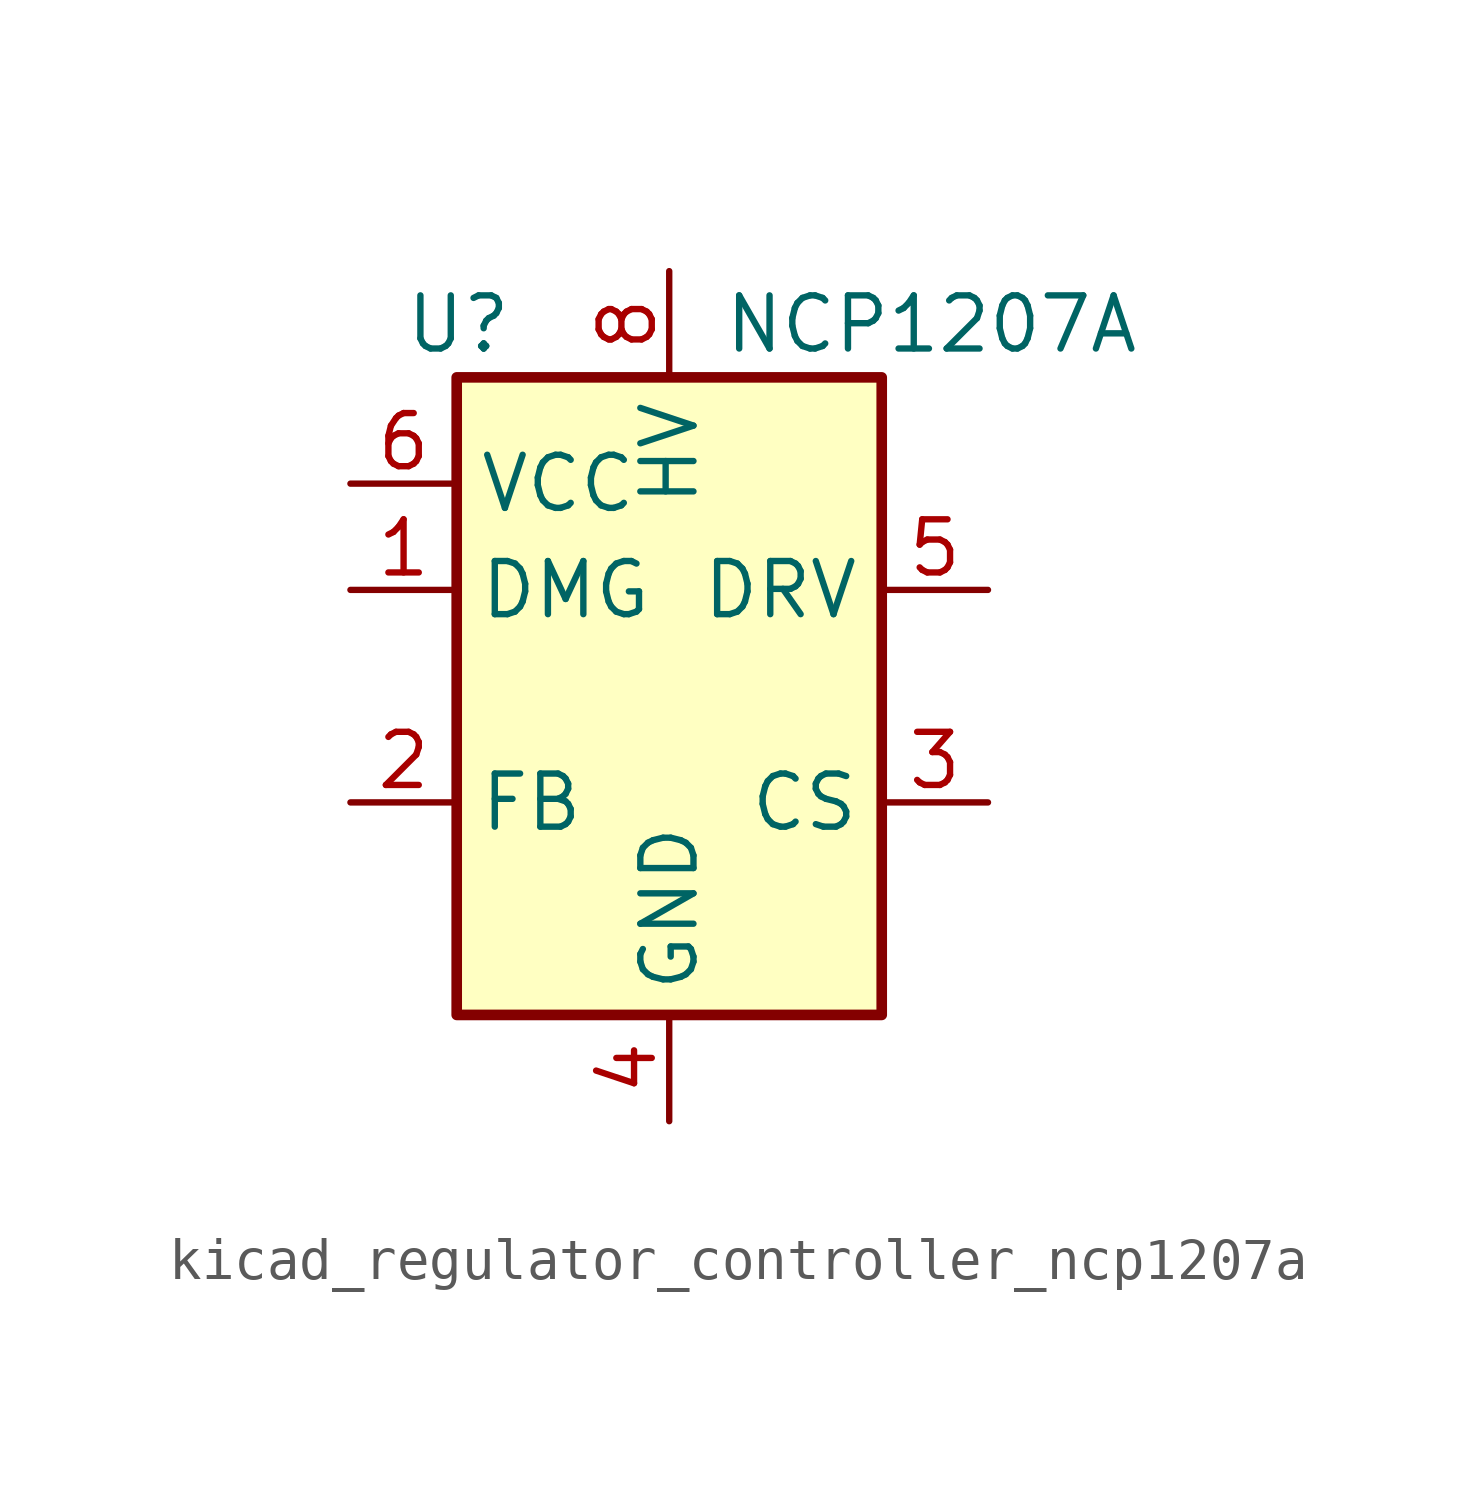
<source format=kicad_sym>
(kicad_symbol_lib
  (version 20220914)
  (generator kicad_symbol_editor)
  (symbol "kicad_regulator_controller_ncp1207a"
    (property "Reference" "U"
      (at -6.35 8.89 0)
      (effects (font (size 1.27 1.27)) (justify left)))
    (property "Value" "NCP1207A"
      (at 1.27 8.89 0)
      (effects (font (size 1.27 1.27)) (justify left)))
    (symbol "kicad_regulator_controller_ncp1207a_0_0"
      (rectangle (start -5.08 7.62) (end 5.08 -7.62) (stroke (width 0.254) (type default)) (fill (type background))))
    (symbol "kicad_regulator_controller_ncp1207a_1_1"
      (pin input line (at -7.62 2.54 0) (length 2.54) (name "DMG" (effects (font (size 1.27 1.27)))) (number "1" (effects (font (size 1.27 1.27)))))
      (pin input line (at -7.62 -2.54 0) (length 2.54) (name "FB" (effects (font (size 1.27 1.27)))) (number "2" (effects (font (size 1.27 1.27)))))
      (pin input line (at 7.62 -2.54 180) (length 2.54) (name "CS" (effects (font (size 1.27 1.27)))) (number "3" (effects (font (size 1.27 1.27)))))
      (pin power_in line (at 0 -10.16 90) (length 2.54) (name "GND" (effects (font (size 1.27 1.27)))) (number "4" (effects (font (size 1.27 1.27)))))
      (pin output line (at 7.62 2.54 180) (length 2.54) (name "DRV" (effects (font (size 1.27 1.27)))) (number "5" (effects (font (size 1.27 1.27)))))
      (pin power_in line (at -7.62 5.08 0) (length 2.54) (name "VCC" (effects (font (size 1.27 1.27)))) (number "6" (effects (font (size 1.27 1.27)))))
      (pin no_connect line (at -5.08 0 0) (length 2.54) hide (name "NC" (effects (font (size 1.27 1.27)))) (number "7" (effects (font (size 1.27 1.27)))))
      (pin input line (at 0 10.16 270) (length 2.54) (name "HV" (effects (font (size 1.27 1.27)))) (number "8" (effects (font (size 1.27 1.27))))))))
</source>
